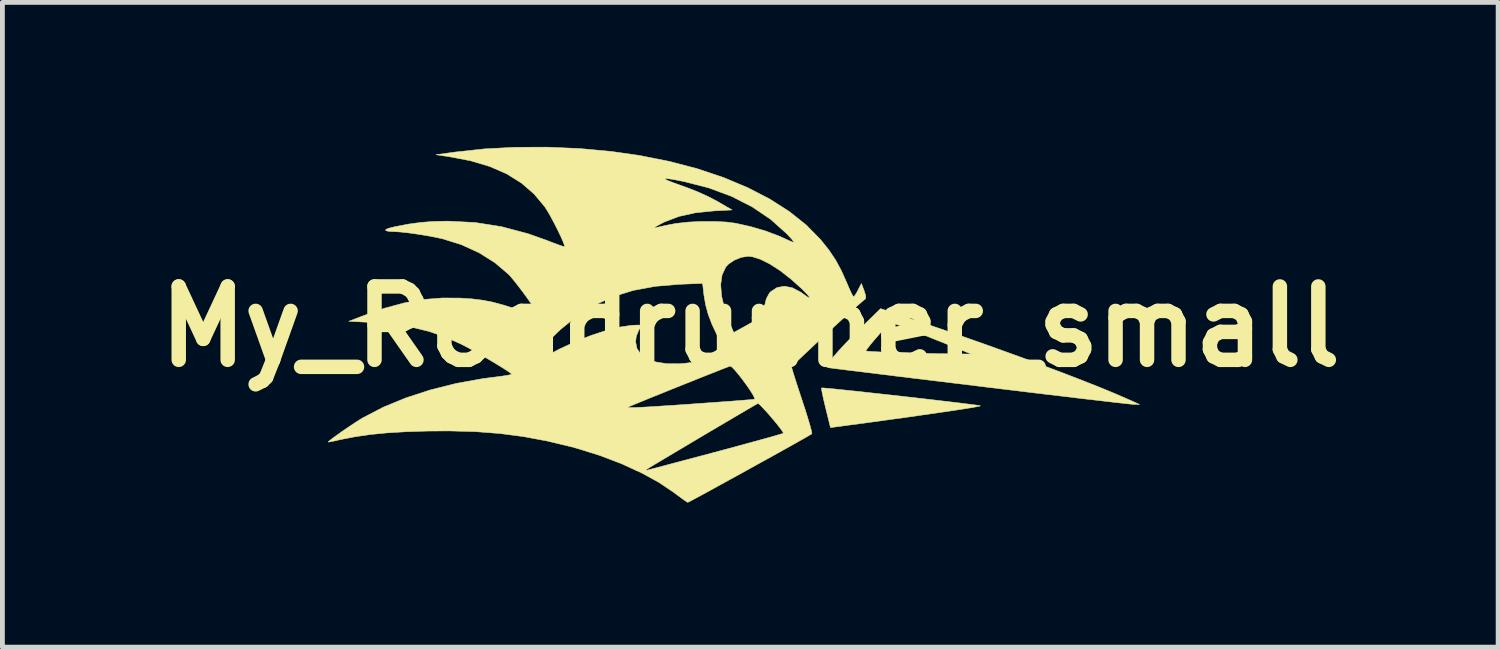
<source format=kicad_pcb>
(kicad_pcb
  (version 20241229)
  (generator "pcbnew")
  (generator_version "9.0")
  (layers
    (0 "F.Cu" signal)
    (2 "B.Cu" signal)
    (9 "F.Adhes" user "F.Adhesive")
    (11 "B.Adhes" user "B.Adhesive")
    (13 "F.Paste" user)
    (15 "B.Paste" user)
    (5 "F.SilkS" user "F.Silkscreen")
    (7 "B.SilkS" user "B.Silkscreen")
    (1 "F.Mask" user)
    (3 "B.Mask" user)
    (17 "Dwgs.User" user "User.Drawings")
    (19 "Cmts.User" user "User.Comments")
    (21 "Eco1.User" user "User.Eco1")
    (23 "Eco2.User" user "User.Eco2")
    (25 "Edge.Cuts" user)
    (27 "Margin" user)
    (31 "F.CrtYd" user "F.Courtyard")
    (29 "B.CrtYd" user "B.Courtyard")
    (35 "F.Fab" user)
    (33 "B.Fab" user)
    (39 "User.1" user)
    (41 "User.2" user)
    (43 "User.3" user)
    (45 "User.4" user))
  (footprint "My_Roadrunner_small"
    (layer "F.Cu")
    (at 12.526 3.731)
    (property "Reference" "My_Roadrunner_small" (at 0 0 0) (layer "F.SilkS") (effects (font (size 1.524 1.524) (thickness 0.3))))
    (attr through_hole)
    (fp_poly (pts (xy 1.513 1.273) (xy 1.602 1.28) (xy 1.74 1.293) (xy 1.919 1.312) (xy 2.133 1.334) (xy 2.374 1.36) (xy 2.635 1.389) (xy 2.908 1.419) (xy 3.188 1.45) (xy 3.466 1.482) (xy 3.735 1.513) (xy 3.989 1.543) (xy 4.219 1.57) (xy 4.42 1.594) (xy 4.583 1.615) (xy 4.701 1.63) (xy 4.768 1.641) (xy 4.778 1.643) (xy 4.761 1.651) (xy 4.684 1.666) (xy 4.553 1.689) (xy 4.371 1.718) (xy 4.142 1.752) (xy 3.872 1.792) (xy 3.563 1.836) (xy 3.221 1.885) (xy 2.848 1.936) (xy 2.45 1.991) (xy 2.031 2.047) (xy 1.809 2.077) (xy 1.665 2.096) (xy 1.565 1.691) (xy 1.529 1.54) (xy 1.501 1.412) (xy 1.483 1.32) (xy 1.479 1.274) (xy 1.48 1.272) (xy 1.513 1.273)) (stroke (width 0.01) (type solid)) (fill yes) (layer "F.SilkS"))
    (fp_poly (pts (xy 3.536 -0.095) (xy 4.05 0.08) (xy 4.565 0.258) (xy 5.072 0.438) (xy 5.565 0.616) (xy 6.038 0.791) (xy 6.484 0.959) (xy 6.897 1.118) (xy 7.27 1.266) (xy 7.596 1.401) (xy 7.869 1.52) (xy 7.906 1.536) (xy 8.08 1.616) (xy 7.953 1.614) (xy 7.904 1.609) (xy 7.797 1.598) (xy 7.635 1.58) (xy 7.424 1.556) (xy 7.168 1.526) (xy 6.871 1.492) (xy 6.539 1.452) (xy 6.175 1.409) (xy 5.784 1.362) (xy 5.371 1.312) (xy 4.94 1.26) (xy 4.763 1.238) (xy 4.327 1.185) (xy 3.909 1.134) (xy 3.512 1.086) (xy 3.14 1.041) (xy 2.799 0.999) (xy 2.493 0.961) (xy 2.226 0.928) (xy 2.002 0.901) (xy 1.826 0.879) (xy 1.702 0.863) (xy 1.636 0.855) (xy 1.625 0.853) (xy 1.593 0.845) (xy 1.585 0.825) (xy 1.603 0.786) (xy 1.655 0.716) (xy 1.733 0.619) (xy 1.819 0.519) (xy 1.832 0.505) (xy 2.399 0.505) (xy 2.435 0.51) (xy 2.524 0.517) (xy 2.66 0.524) (xy 2.832 0.531) (xy 3.031 0.538) (xy 3.25 0.545) (xy 3.478 0.552) (xy 3.708 0.557) (xy 3.929 0.562) (xy 4.133 0.564) (xy 4.159 0.565) (xy 4.588 0.569) (xy 3.763 0.237) (xy 3.548 0.151) (xy 3.352 0.074) (xy 3.182 0.008) (xy 3.048 -0.042) (xy 2.955 -0.075) (xy 2.913 -0.087) (xy 2.912 -0.087) (xy 2.879 -0.06) (xy 2.819 0.002) (xy 2.739 0.089) (xy 2.651 0.189) (xy 2.563 0.291) (xy 2.485 0.385) (xy 2.428 0.458) (xy 2.4 0.5) (xy 2.399 0.505) (xy 1.832 0.505) (xy 1.939 0.389) (xy 2.079 0.242) (xy 2.227 0.092) (xy 2.31 0.012) (xy 2.706 -0.374) (xy 3.536 -0.095)) (stroke (width 0.01) (type solid)) (fill yes) (layer "F.SilkS"))
    (fp_poly (pts (xy -3.538 -3.697) (xy -2.878 -3.636) (xy -2.302 -3.554) (xy -1.682 -3.431) (xy -1.098 -3.278) (xy -0.553 -3.095) (xy -0.05 -2.884) (xy 0.406 -2.648) (xy 0.813 -2.388) (xy 1.166 -2.106) (xy 1.463 -1.803) (xy 1.466 -1.799) (xy 1.636 -1.586) (xy 1.774 -1.379) (xy 1.894 -1.156) (xy 2.002 -0.914) (xy 2.055 -0.79) (xy 2.1 -0.692) (xy 2.133 -0.632) (xy 2.144 -0.619) (xy 2.17 -0.645) (xy 2.211 -0.71) (xy 2.236 -0.757) (xy 2.307 -0.896) (xy 2.364 -0.746) (xy 2.394 -0.648) (xy 2.397 -0.587) (xy 2.39 -0.576) (xy 2.344 -0.539) (xy 2.262 -0.468) (xy 2.149 -0.369) (xy 2.013 -0.247) (xy 1.861 -0.109) (xy 1.699 0.04) (xy 1.534 0.191) (xy 1.373 0.34) (xy 1.223 0.481) (xy 1.09 0.606) (xy 0.981 0.711) (xy 0.902 0.788) (xy 0.862 0.831) (xy 0.857 0.838) (xy 0.867 0.877) (xy 0.894 0.968) (xy 0.936 1.101) (xy 0.989 1.266) (xy 1.051 1.454) (xy 1.079 1.539) (xy 1.143 1.733) (xy 1.197 1.907) (xy 1.24 2.051) (xy 1.268 2.157) (xy 1.279 2.216) (xy 1.278 2.225) (xy 1.244 2.246) (xy 1.162 2.294) (xy 1.038 2.364) (xy 0.88 2.453) (xy 0.694 2.557) (xy 0.486 2.673) (xy 0.263 2.796) (xy 0.032 2.924) (xy -0.199 3.052) (xy -0.426 3.176) (xy -0.64 3.294) (xy -0.835 3.401) (xy -1.004 3.493) (xy -1.141 3.567) (xy -1.239 3.62) (xy -1.292 3.646) (xy -1.298 3.649) (xy -1.33 3.63) (xy -1.401 3.58) (xy -1.5 3.508) (xy -1.587 3.443) (xy -1.899 3.233) (xy -2.264 3.033) (xy -2.377 2.982) (xy -2.161 2.982) (xy -2.157 2.984) (xy -2.125 2.976) (xy -2.037 2.953) (xy -1.9 2.917) (xy -1.72 2.869) (xy -1.504 2.812) (xy -1.257 2.746) (xy -0.985 2.674) (xy -0.738 2.608) (xy -0.45 2.531) (xy -0.181 2.458) (xy 0.063 2.391) (xy 0.275 2.333) (xy 0.45 2.284) (xy 0.581 2.246) (xy 0.662 2.222) (xy 0.687 2.213) (xy 0.675 2.184) (xy 0.629 2.119) (xy 0.559 2.029) (xy 0.474 1.927) (xy 0.384 1.821) (xy 0.298 1.725) (xy 0.225 1.648) (xy 0.175 1.602) (xy 0.159 1.595) (xy 0.123 1.614) (xy 0.04 1.662) (xy -0.083 1.734) (xy -0.239 1.825) (xy -0.421 1.933) (xy -0.622 2.051) (xy -0.836 2.177) (xy -1.054 2.306) (xy -1.27 2.435) (xy -1.477 2.558) (xy -1.668 2.671) (xy -1.836 2.772) (xy -1.974 2.854) (xy -2.075 2.915) (xy -2.132 2.95) (xy -2.142 2.957) (xy -2.161 2.982) (xy -2.377 2.982) (xy -2.673 2.846) (xy -3.117 2.677) (xy -3.586 2.53) (xy -3.729 2.491) (xy -4.224 2.373) (xy -4.708 2.283) (xy -5.197 2.219) (xy -5.704 2.18) (xy -6.246 2.165) (xy -6.707 2.168) (xy -7.147 2.182) (xy -7.535 2.205) (xy -7.882 2.239) (xy -8.2 2.285) (xy -8.501 2.343) (xy -8.58 2.362) (xy -8.677 2.383) (xy -8.743 2.395) (xy -8.763 2.395) (xy -8.738 2.37) (xy -8.672 2.318) (xy -8.574 2.247) (xy -8.458 2.164) (xy -8.332 2.079) (xy -8.21 1.997) (xy -8.102 1.928) (xy -8.049 1.896) (xy -7.625 1.675) (xy -7.613 1.67) (xy -2.537 1.67) (xy -2.536 1.677) (xy -2.51 1.681) (xy -2.457 1.681) (xy -2.371 1.679) (xy -2.247 1.673) (xy -2.08 1.664) (xy -1.866 1.65) (xy -1.6 1.633) (xy -1.278 1.611) (xy -1.143 1.601) (xy -0.873 1.582) (xy -0.623 1.564) (xy -0.399 1.548) (xy -0.209 1.533) (xy -0.06 1.521) (xy 0.041 1.512) (xy 0.087 1.506) (xy 0.088 1.506) (xy 0.087 1.478) (xy 0.054 1.412) (xy -0.004 1.32) (xy -0.079 1.211) (xy -0.162 1.098) (xy -0.245 0.992) (xy -0.321 0.902) (xy -0.38 0.841) (xy -0.416 0.819) (xy -0.417 0.819) (xy -0.456 0.833) (xy -0.545 0.867) (xy -0.675 0.918) (xy -0.839 0.983) (xy -1.029 1.058) (xy -1.235 1.141) (xy -1.451 1.227) (xy -1.668 1.314) (xy -1.877 1.399) (xy -2.072 1.477) (xy -2.242 1.547) (xy -2.381 1.604) (xy -2.481 1.645) (xy -2.532 1.668) (xy -2.537 1.67) (xy -7.613 1.67) (xy -7.152 1.48) (xy -6.64 1.313) (xy -6.101 1.178) (xy -5.545 1.078) (xy -5.294 1.046) (xy -5.156 1.028) (xy -5.045 1.011) (xy -4.973 0.996) (xy -4.953 0.988) (xy -4.979 0.963) (xy -5.051 0.913) (xy -5.159 0.844) (xy -5.241 0.794) (xy -4.588 0.794) (xy -4.586 0.794) (xy -4.551 0.779) (xy -4.474 0.739) (xy -4.367 0.682) (xy -4.285 0.636) (xy -3.957 0.463) (xy -3.627 0.311) (xy -3.303 0.182) (xy -2.995 0.081) (xy -2.713 0.01) (xy -2.466 -0.027) (xy -2.36 -0.032) (xy -2.249 -0.032) (xy -2.315 0.075) (xy -2.365 0.196) (xy -2.381 0.311) (xy -2.352 0.455) (xy -2.269 0.575) (xy -2.135 0.669) (xy -1.956 0.734) (xy -1.736 0.769) (xy -1.48 0.771) (xy -1.338 0.759) (xy -1.189 0.739) (xy -1.03 0.712) (xy -0.873 0.68) (xy -0.73 0.646) (xy -0.613 0.614) (xy -0.535 0.586) (xy -0.508 0.566) (xy -0.522 0.529) (xy -0.558 0.447) (xy -0.613 0.332) (xy -0.68 0.196) (xy -0.684 0.188) (xy -0.795 -0.048) (xy -0.874 -0.255) (xy -0.928 -0.455) (xy -0.964 -0.668) (xy -0.969 -0.711) (xy -0.987 -0.872) (xy -0.614 -0.872) (xy -0.595 -0.63) (xy -0.527 -0.35) (xy -0.41 -0.034) (xy -0.407 -0.026) (xy -0.344 0.122) (xy -0.116 -0.004) (xy 0.006 -0.072) (xy 0.121 -0.133) (xy 0.206 -0.178) (xy 0.215 -0.183) (xy 0.284 -0.225) (xy 0.307 -0.27) (xy 0.301 -0.321) (xy 0.299 -0.445) (xy 0.333 -0.579) (xy 0.395 -0.694) (xy 0.423 -0.725) (xy 0.557 -0.812) (xy 0.709 -0.839) (xy 0.873 -0.807) (xy 1.047 -0.716) (xy 1.094 -0.682) (xy 1.183 -0.618) (xy 1.227 -0.596) (xy 1.227 -0.615) (xy 1.182 -0.67) (xy 1.093 -0.762) (xy 1.072 -0.783) (xy 0.845 -0.987) (xy 0.622 -1.161) (xy 0.408 -1.299) (xy 0.213 -1.397) (xy 0.043 -1.451) (xy -0.045 -1.46) (xy -0.185 -1.439) (xy -0.329 -1.381) (xy -0.451 -1.3) (xy -0.507 -1.24) (xy -0.585 -1.076) (xy -0.614 -0.872) (xy -0.987 -0.872) (xy -0.99 -0.898) (xy -1.471 -0.879) (xy -1.972 -0.837) (xy -2.429 -0.752) (xy -2.849 -0.622) (xy -3.237 -0.444) (xy -3.6 -0.217) (xy -3.943 0.062) (xy -4.039 0.153) (xy -4.154 0.269) (xy -4.269 0.39) (xy -4.376 0.509) (xy -4.469 0.618) (xy -4.54 0.707) (xy -4.582 0.768) (xy -4.588 0.794) (xy -5.241 0.794) (xy -5.293 0.762) (xy -5.444 0.672) (xy -5.601 0.581) (xy -5.755 0.494) (xy -5.897 0.418) (xy -5.996 0.366) (xy -6.33 0.217) (xy -6.667 0.1) (xy -7.022 0.013) (xy -7.409 -0.048) (xy -7.841 -0.085) (xy -7.906 -0.089) (xy -8.334 -0.111) (xy -8.025 -0.23) (xy -7.587 -0.384) (xy -7.179 -0.494) (xy -6.786 -0.564) (xy -6.395 -0.595) (xy -6.032 -0.593) (xy -5.782 -0.577) (xy -5.557 -0.549) (xy -5.337 -0.506) (xy -5.106 -0.443) (xy -4.843 -0.357) (xy -4.739 -0.321) (xy -4.601 -0.272) (xy -4.488 -0.235) (xy -4.411 -0.213) (xy -4.382 -0.208) (xy -4.381 -0.208) (xy -4.4 -0.251) (xy -4.45 -0.333) (xy -4.524 -0.443) (xy -4.614 -0.57) (xy -4.712 -0.705) (xy -4.811 -0.836) (xy -4.903 -0.953) (xy -4.98 -1.045) (xy -5.017 -1.085) (xy -5.301 -1.327) (xy -5.631 -1.534) (xy -5.999 -1.702) (xy -6.383 -1.822) (xy -6.54 -1.856) (xy -6.726 -1.891) (xy -6.923 -1.922) (xy -7.11 -1.948) (xy -7.27 -1.965) (xy -7.366 -1.971) (xy -7.497 -1.977) (xy -7.566 -1.992) (xy -7.571 -2.013) (xy -7.514 -2.04) (xy -7.393 -2.071) (xy -7.379 -2.074) (xy -7.093 -2.129) (xy -6.836 -2.164) (xy -6.576 -2.184) (xy -6.285 -2.19) (xy -6.275 -2.19) (xy -5.716 -2.162) (xy -5.166 -2.076) (xy -4.616 -1.93) (xy -4.24 -1.797) (xy -4.098 -1.742) (xy -3.979 -1.698) (xy -3.894 -1.669) (xy -3.856 -1.659) (xy -3.855 -1.659) (xy -3.86 -1.694) (xy -3.89 -1.773) (xy -3.939 -1.883) (xy -4.001 -2.012) (xy -4.021 -2.052) (xy -2 -2.052) (xy -1.972 -2.054) (xy -1.897 -2.069) (xy -1.789 -2.094) (xy -1.754 -2.102) (xy -1.543 -2.142) (xy -1.29 -2.17) (xy -1.016 -2.184) (xy -0.743 -2.184) (xy -0.491 -2.171) (xy -0.302 -2.146) (xy 0.007 -2.077) (xy 0.311 -1.988) (xy 0.587 -1.885) (xy 0.683 -1.842) (xy 0.784 -1.795) (xy 0.864 -1.762) (xy 0.904 -1.749) (xy 0.898 -1.768) (xy 0.856 -1.822) (xy 0.785 -1.899) (xy 0.761 -1.925) (xy 0.424 -2.227) (xy 0.039 -2.487) (xy -0.391 -2.706) (xy -0.864 -2.881) (xy -1.378 -3.013) (xy -1.386 -3.014) (xy -1.574 -3.051) (xy -1.7 -3.071) (xy -1.765 -3.075) (xy -1.77 -3.063) (xy -1.715 -3.034) (xy -1.6 -2.989) (xy -1.508 -2.956) (xy -1.258 -2.865) (xy -1.052 -2.782) (xy -0.868 -2.697) (xy -0.69 -2.604) (xy -0.594 -2.549) (xy -0.378 -2.423) (xy -0.753 -2.403) (xy -1.141 -2.363) (xy -1.481 -2.288) (xy -1.773 -2.177) (xy -1.806 -2.161) (xy -1.903 -2.11) (xy -1.973 -2.071) (xy -2 -2.052) (xy -2 -2.052) (xy -4.021 -2.052) (xy -4.071 -2.149) (xy -4.141 -2.28) (xy -4.207 -2.395) (xy -4.262 -2.482) (xy -4.265 -2.487) (xy -4.489 -2.754) (xy -4.751 -2.981) (xy -5.056 -3.171) (xy -5.406 -3.324) (xy -5.805 -3.443) (xy -6.255 -3.529) (xy -6.525 -3.569) (xy -6.128 -3.624) (xy -5.521 -3.69) (xy -4.876 -3.724) (xy -4.209 -3.726) (xy -3.538 -3.697)) (stroke (width 0.01) (type solid)) (fill yes) (layer "F.SilkS")))
  (gr_rect
    (start -3 -3)
    (end 28.052 10.385)
    (stroke (width 0.1) (type default))
    (fill no)
    (layer "Edge.Cuts")))
</source>
